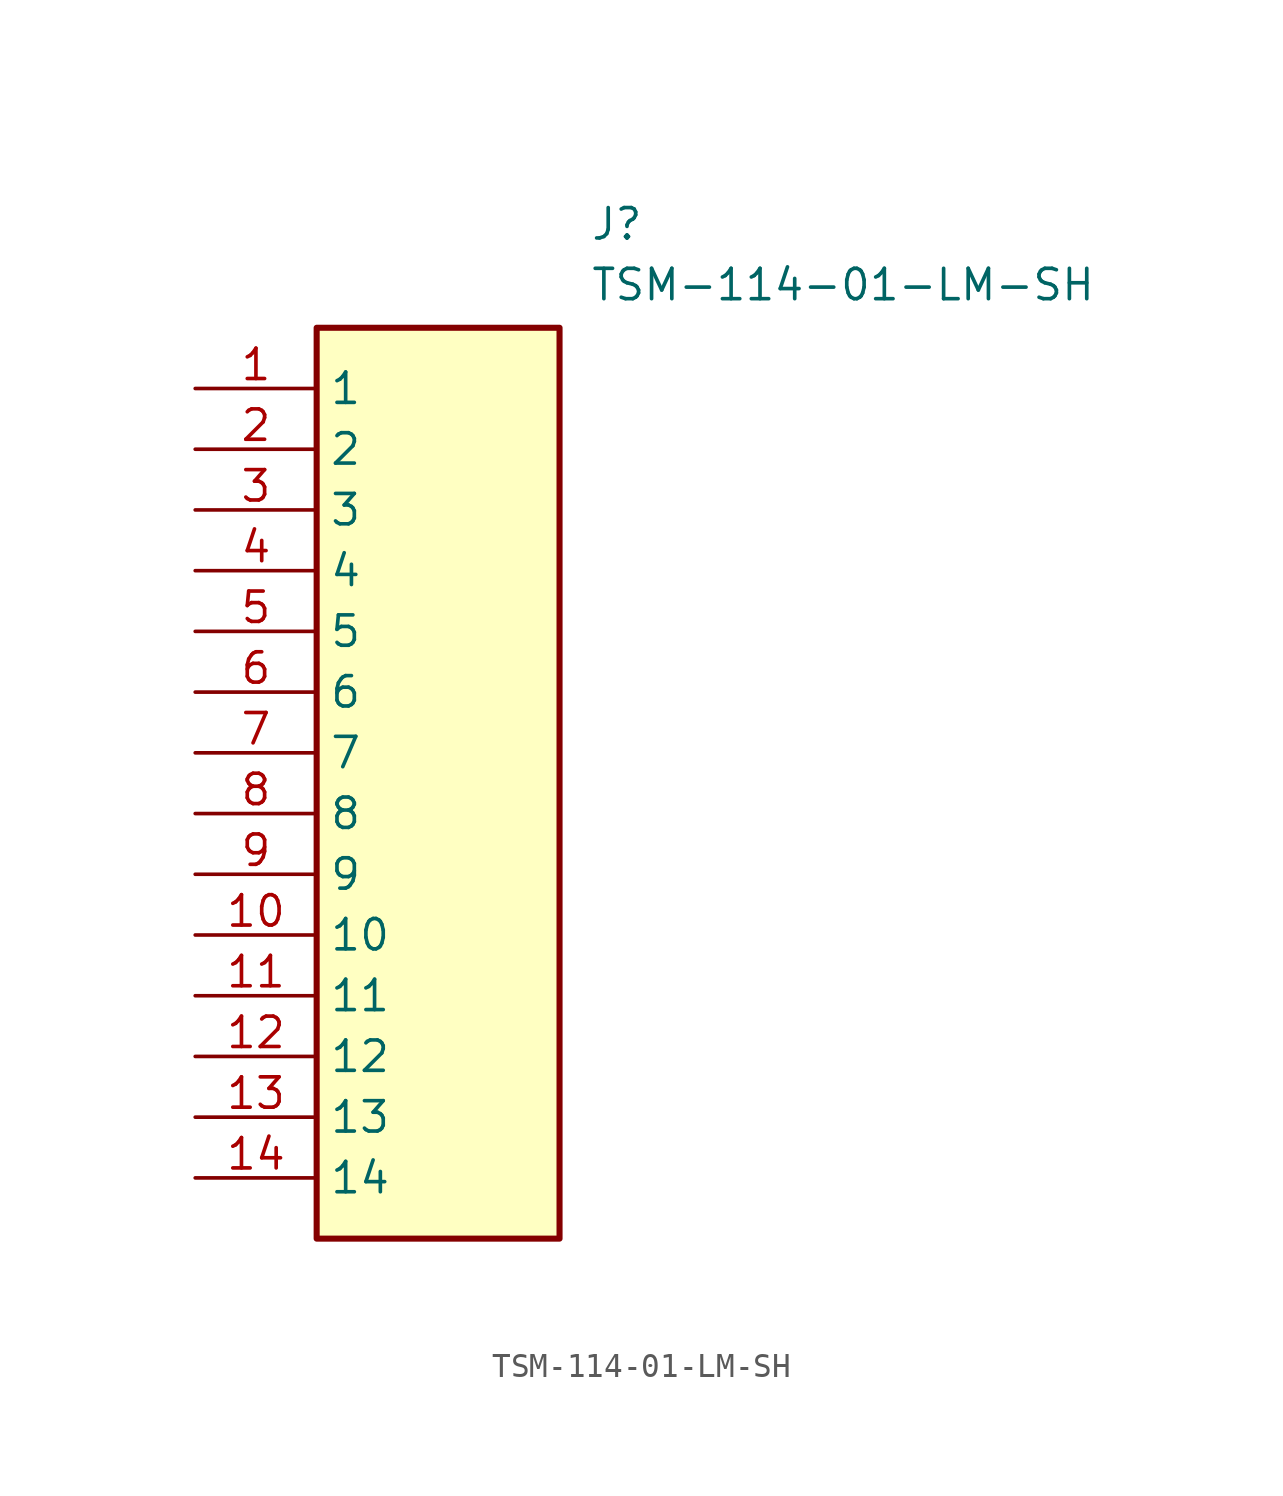
<source format=kicad_sym>
(kicad_symbol_lib
  (version 20211014)
  (generator SamacSys_ECAD_Model)
  (symbol "TSM-114-01-LM-SH"
    (property "Reference" "J"
      (at 16.51 7.62 0)
      (effects (font (size 1.27 1.27)) (justify left top)))
    (property "Value" "TSM-114-01-LM-SH"
      (at 16.51 5.08 0)
      (effects (font (size 1.27 1.27)) (justify left top)))
    (rectangle
      (start 5.08 2.54)
      (end 15.24 -35.56)
      (stroke (width 0.254) (type default))
      (fill (type background)))
    (pin passive line
      (at 0 0 0)
      (length 5.08)
      (name "1" (effects (font (size 1.27 1.27))))
      (number "1" (effects (font (size 1.27 1.27)))))
    (pin passive line
      (at 0 -2.54 0)
      (length 5.08)
      (name "2" (effects (font (size 1.27 1.27))))
      (number "2" (effects (font (size 1.27 1.27)))))
    (pin passive line
      (at 0 -5.08 0)
      (length 5.08)
      (name "3" (effects (font (size 1.27 1.27))))
      (number "3" (effects (font (size 1.27 1.27)))))
    (pin passive line
      (at 0 -7.62 0)
      (length 5.08)
      (name "4" (effects (font (size 1.27 1.27))))
      (number "4" (effects (font (size 1.27 1.27)))))
    (pin passive line
      (at 0 -10.16 0)
      (length 5.08)
      (name "5" (effects (font (size 1.27 1.27))))
      (number "5" (effects (font (size 1.27 1.27)))))
    (pin passive line
      (at 0 -12.7 0)
      (length 5.08)
      (name "6" (effects (font (size 1.27 1.27))))
      (number "6" (effects (font (size 1.27 1.27)))))
    (pin passive line
      (at 0 -15.24 0)
      (length 5.08)
      (name "7" (effects (font (size 1.27 1.27))))
      (number "7" (effects (font (size 1.27 1.27)))))
    (pin passive line
      (at 0 -17.78 0)
      (length 5.08)
      (name "8" (effects (font (size 1.27 1.27))))
      (number "8" (effects (font (size 1.27 1.27)))))
    (pin passive line
      (at 0 -20.32 0)
      (length 5.08)
      (name "9" (effects (font (size 1.27 1.27))))
      (number "9" (effects (font (size 1.27 1.27)))))
    (pin passive line
      (at 0 -22.86 0)
      (length 5.08)
      (name "10" (effects (font (size 1.27 1.27))))
      (number "10" (effects (font (size 1.27 1.27)))))
    (pin passive line
      (at 0 -25.4 0)
      (length 5.08)
      (name "11" (effects (font (size 1.27 1.27))))
      (number "11" (effects (font (size 1.27 1.27)))))
    (pin passive line
      (at 0 -27.94 0)
      (length 5.08)
      (name "12" (effects (font (size 1.27 1.27))))
      (number "12" (effects (font (size 1.27 1.27)))))
    (pin passive line
      (at 0 -30.48 0)
      (length 5.08)
      (name "13" (effects (font (size 1.27 1.27))))
      (number "13" (effects (font (size 1.27 1.27)))))
    (pin passive line
      (at 0 -33.02 0)
      (length 5.08)
      (name "14" (effects (font (size 1.27 1.27))))
      (number "14" (effects (font (size 1.27 1.27)))))))
</source>
